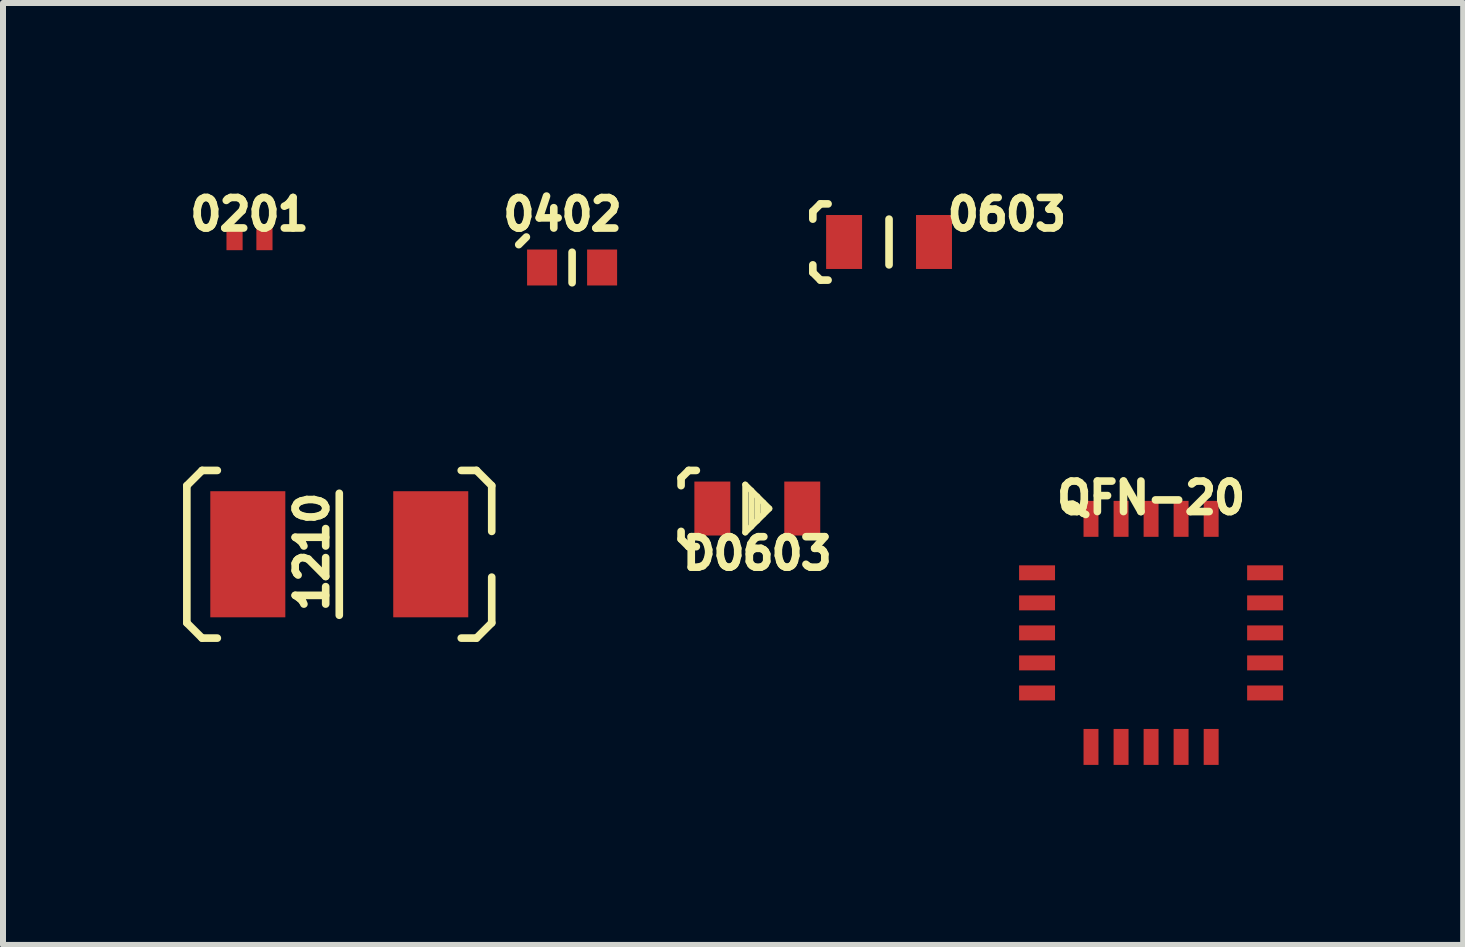
<source format=kicad_pcb>
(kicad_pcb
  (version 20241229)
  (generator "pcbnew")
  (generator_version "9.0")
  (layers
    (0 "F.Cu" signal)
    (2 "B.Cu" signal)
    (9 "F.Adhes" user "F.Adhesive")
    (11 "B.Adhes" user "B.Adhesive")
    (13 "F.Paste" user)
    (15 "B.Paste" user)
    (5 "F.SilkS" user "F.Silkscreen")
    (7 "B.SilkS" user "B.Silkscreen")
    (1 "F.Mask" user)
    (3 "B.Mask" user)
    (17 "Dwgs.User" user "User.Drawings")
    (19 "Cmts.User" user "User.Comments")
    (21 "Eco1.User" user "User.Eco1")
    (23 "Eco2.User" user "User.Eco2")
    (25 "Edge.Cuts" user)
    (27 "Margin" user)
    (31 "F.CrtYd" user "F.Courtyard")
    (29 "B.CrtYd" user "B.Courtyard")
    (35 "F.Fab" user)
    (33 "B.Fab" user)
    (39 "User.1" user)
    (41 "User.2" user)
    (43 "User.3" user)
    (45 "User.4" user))
  (footprint "1210"
    (layer "F.Cu")
    (at 2.603 6.185)
    (property "Reference" "1210" (at -0.455 -0.041 270) (layer "F.SilkS") (effects (font (size 0.508 0.508) (thickness 0.127))))
    (attr through_hole)
    (fp_line (start -2.54 -1.143) (end -2.54 1.143) (stroke (width 0.127) (type solid)) (layer "F.SilkS"))
    (fp_line (start -2.54 1.143) (end -2.286 1.397) (stroke (width 0.127) (type solid)) (layer "F.SilkS"))
    (fp_line (start -2.286 -1.397) (end -2.54 -1.143) (stroke (width 0.127) (type solid)) (layer "F.SilkS"))
    (fp_line (start -2.286 1.397) (end -2.032 1.397) (stroke (width 0.127) (type solid)) (layer "F.SilkS"))
    (fp_line (start -2.032 -1.397) (end -2.286 -1.397) (stroke (width 0.127) (type solid)) (layer "F.SilkS"))
    (fp_line (start 0 -1.016) (end 0 1.016) (stroke (width 0.127) (type solid)) (layer "F.SilkS"))
    (fp_line (start 2.032 -1.397) (end 2.286 -1.397) (stroke (width 0.127) (type solid)) (layer "F.SilkS"))
    (fp_line (start 2.286 -1.397) (end 2.54 -1.143) (stroke (width 0.127) (type solid)) (layer "F.SilkS"))
    (fp_line (start 2.286 1.397) (end 2.032 1.397) (stroke (width 0.127) (type solid)) (layer "F.SilkS"))
    (fp_line (start 2.54 -1.143) (end 2.54 -0.381) (stroke (width 0.127) (type solid)) (layer "F.SilkS"))
    (fp_line (start 2.54 0.381) (end 2.54 1.143) (stroke (width 0.127) (type solid)) (layer "F.SilkS"))
    (fp_line (start 2.54 1.143) (end 2.286 1.397) (stroke (width 0.127) (type solid)) (layer "F.SilkS"))
    (pad "1" smd rect (at -1.524 0) (size 1.25 2.101) (layers "F.Cu" "F.Mask" "F.Paste"))
    (pad "2" smd rect (at 1.524 0) (size 1.25 2.101) (layers "F.Cu" "F.Mask" "F.Paste")))
  (footprint "0402"
    (layer "F.Cu")
    (at 6.482 1.407)
    (property "Reference" "0402" (at -0.16 -0.886 0) (layer "F.SilkS") (effects (font (size 0.508 0.508) (thickness 0.127))))
    (attr through_hole)
    (fp_line (start -0.889 -0.381) (end -0.762 -0.508) (stroke (width 0.127) (type solid)) (layer "F.SilkS"))
    (fp_line (start 0 0.254) (end 0 -0.254) (stroke (width 0.127) (type solid)) (layer "F.SilkS"))
    (pad "1" smd rect (at -0.5 0) (size 0.5 0.599) (layers "F.Cu" "F.Mask" "F.Paste"))
    (pad "2" smd rect (at 0.5 0) (size 0.5 0.599) (layers "F.Cu" "F.Mask" "F.Paste")))
  (footprint "D0603"
    (layer "F.Cu")
    (at 9.568 5.423)
    (property "Reference" "D0603" (at 0 0.749 0) (layer "F.SilkS") (effects (font (size 0.508 0.508) (thickness 0.127))))
    (attr through_hole)
    (fp_line (start -1.27 -0.508) (end -1.27 -0.381) (stroke (width 0.127) (type solid)) (layer "F.SilkS"))
    (fp_line (start -1.27 0.381) (end -1.27 0.508) (stroke (width 0.127) (type solid)) (layer "F.SilkS"))
    (fp_line (start -1.27 0.508) (end -1.143 0.635) (stroke (width 0.127) (type solid)) (layer "F.SilkS"))
    (fp_line (start -1.143 -0.635) (end -1.27 -0.508) (stroke (width 0.127) (type solid)) (layer "F.SilkS"))
    (fp_line (start -1.143 0.635) (end -1.016 0.635) (stroke (width 0.127) (type solid)) (layer "F.SilkS"))
    (fp_line (start -1.016 -0.635) (end -1.143 -0.635) (stroke (width 0.127) (type solid)) (layer "F.SilkS"))
    (fp_line (start -0.201 -0.399) (end 0.201 0) (stroke (width 0.099) (type solid)) (layer "F.SilkS"))
    (fp_line (start -0.201 0.399) (end -0.201 -0.399) (stroke (width 0.099) (type solid)) (layer "F.SilkS"))
    (fp_line (start -0.099 -0.3) (end -0.099 0.3) (stroke (width 0.099) (type solid)) (layer "F.SilkS"))
    (fp_line (start 0 -0.201) (end 0 0.201) (stroke (width 0.099) (type solid)) (layer "F.SilkS"))
    (fp_line (start 0.099 -0.099) (end 0.099 0.099) (stroke (width 0.099) (type solid)) (layer "F.SilkS"))
    (fp_line (start 0.201 0) (end -0.201 0.399) (stroke (width 0.099) (type solid)) (layer "F.SilkS"))
    (pad "1" smd rect (at -0.749 0) (size 0.599 0.899) (layers "F.Cu" "F.Mask" "F.Paste"))
    (pad "2" smd rect (at 0.749 0) (size 0.599 0.899) (layers "F.Cu" "F.Mask" "F.Paste")))
  (footprint "QFN-20"
    (layer "F.Cu")
    (at 16.129 7.495)
    (property "Reference" "QFN-20" (at 0 -2.25 0) (layer "F.SilkS") (effects (font (size 0.508 0.508) (thickness 0.127))))
    (attr through_hole)
    (pad "1" smd rect (at -1.9 -1.001) (size 0.599 0.249) (layers "F.Cu" "F.Mask" "F.Paste"))
    (pad "2" smd rect (at -1.9 -0.5) (size 0.599 0.249) (layers "F.Cu" "F.Mask" "F.Paste"))
    (pad "3" smd rect (at -1.9 0) (size 0.599 0.249) (layers "F.Cu" "F.Mask" "F.Paste"))
    (pad "4" smd rect (at -1.9 0.5) (size 0.599 0.249) (layers "F.Cu" "F.Mask" "F.Paste"))
    (pad "5" smd rect (at -1.9 1.001) (size 0.599 0.249) (layers "F.Cu" "F.Mask" "F.Paste"))
    (pad "6" smd rect (at -1.001 1.9) (size 0.249 0.599) (layers "F.Cu" "F.Mask" "F.Paste"))
    (pad "7" smd rect (at -0.5 1.9) (size 0.249 0.599) (layers "F.Cu" "F.Mask" "F.Paste"))
    (pad "8" smd rect (at 0 1.9) (size 0.249 0.599) (layers "F.Cu" "F.Mask" "F.Paste"))
    (pad "9" smd rect (at 0.5 1.9) (size 0.249 0.599) (layers "F.Cu" "F.Mask" "F.Paste"))
    (pad "10" smd rect (at 1.001 1.9) (size 0.249 0.599) (layers "F.Cu" "F.Mask" "F.Paste"))
    (pad "11" smd rect (at 1.9 1.001) (size 0.599 0.249) (layers "F.Cu" "F.Mask" "F.Paste"))
    (pad "12" smd rect (at 1.9 0.5) (size 0.599 0.249) (layers "F.Cu" "F.Mask" "F.Paste"))
    (pad "13" smd rect (at 1.9 0) (size 0.599 0.249) (layers "F.Cu" "F.Mask" "F.Paste"))
    (pad "14" smd rect (at 1.9 -0.5) (size 0.599 0.249) (layers "F.Cu" "F.Mask" "F.Paste"))
    (pad "15" smd rect (at 1.9 -1.001) (size 0.599 0.249) (layers "F.Cu" "F.Mask" "F.Paste"))
    (pad "16" smd rect (at 1.001 -1.9) (size 0.249 0.599) (layers "F.Cu" "F.Mask" "F.Paste"))
    (pad "17" smd rect (at 0.5 -1.9) (size 0.249 0.599) (layers "F.Cu" "F.Mask" "F.Paste"))
    (pad "18" smd rect (at 0 -1.9) (size 0.249 0.599) (layers "F.Cu" "F.Mask" "F.Paste"))
    (pad "19" smd rect (at -0.5 -1.9) (size 0.249 0.599) (layers "F.Cu" "F.Mask" "F.Paste"))
    (pad "20" smd rect (at -1.001 -1.9) (size 0.249 0.599) (layers "F.Cu" "F.Mask" "F.Paste")))
  (footprint "0603"
    (layer "F.Cu")
    (at 11.763 0.982)
    (property "Reference" "0603" (at 1.963 -0.462 0) (layer "F.SilkS") (effects (font (size 0.508 0.508) (thickness 0.127))))
    (attr through_hole)
    (fp_line (start -1.27 -0.508) (end -1.27 -0.381) (stroke (width 0.127) (type solid)) (layer "F.SilkS"))
    (fp_line (start -1.27 0.381) (end -1.27 0.508) (stroke (width 0.127) (type solid)) (layer "F.SilkS"))
    (fp_line (start -1.27 0.508) (end -1.143 0.635) (stroke (width 0.127) (type solid)) (layer "F.SilkS"))
    (fp_line (start -1.143 -0.635) (end -1.27 -0.508) (stroke (width 0.127) (type solid)) (layer "F.SilkS"))
    (fp_line (start -1.143 0.635) (end -1.016 0.635) (stroke (width 0.127) (type solid)) (layer "F.SilkS"))
    (fp_line (start -1.016 -0.635) (end -1.143 -0.635) (stroke (width 0.127) (type solid)) (layer "F.SilkS"))
    (fp_line (start 0 -0.381) (end 0 0.381) (stroke (width 0.127) (type solid)) (layer "F.SilkS"))
    (pad "1" smd rect (at -0.749 0) (size 0.599 0.899) (layers "F.Cu" "F.Mask" "F.Paste"))
    (pad "2" smd rect (at 0.749 0) (size 0.599 0.899) (layers "F.Cu" "F.Mask" "F.Paste")))
  (footprint "0201"
    (layer "F.Cu")
    (at 1.107 0.919)
    (property "Reference" "0201" (at 0 -0.399 0) (layer "F.SilkS") (effects (font (size 0.508 0.508) (thickness 0.127))))
    (attr through_hole)
    (pad "1" smd rect (at -0.249 0) (size 0.269 0.399) (layers "F.Cu" "F.Mask" "F.Paste"))
    (pad "2" smd rect (at 0.249 0) (size 0.269 0.399) (layers "F.Cu" "F.Mask" "F.Paste")))
  (gr_rect
    (start -3 -3)
    (end 21.329 12.694)
    (stroke (width 0.1) (type default))
    (fill no)
    (layer "Edge.Cuts")))
</source>
